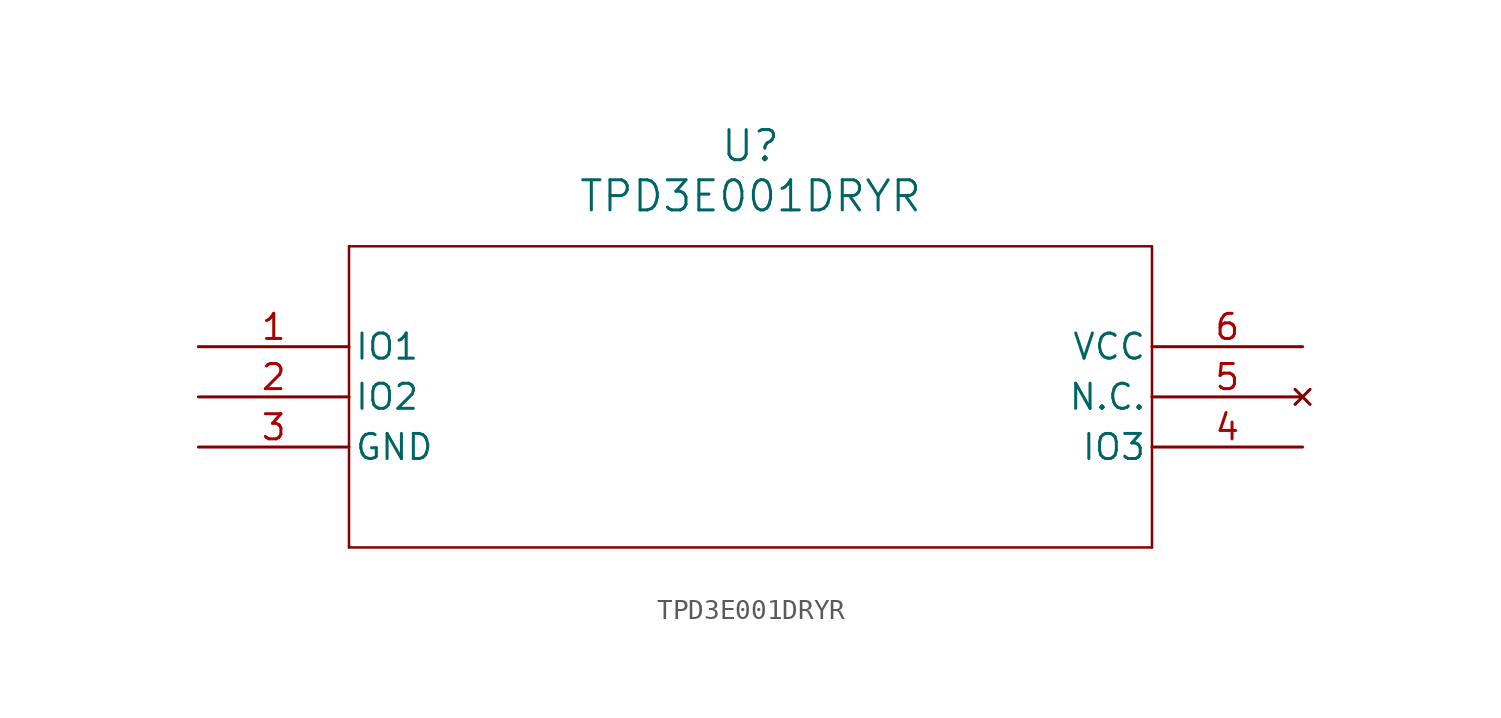
<source format=kicad_sym>
(kicad_symbol_lib
  (version 20211014)
  (generator kicad_symbol_editor)
  (symbol "TPD3E001DRYR"
    (pin_names
      (offset 0.254))
    (property "Reference" "U"
      (at 27.94 10.16 0)
      (effects (font (size 1.524 1.524))))
    (property "Value" "TPD3E001DRYR"
      (at 27.94 7.62 0)
      (effects (font (size 1.524 1.524))))
    (symbol "TPD3E001DRYR_0_1"
      (polyline (pts (xy 7.62 5.08) (xy 7.62 -10.16)) (stroke (width 0.127) (type default) (color 0 0 0 0)) (fill (type none)))
      (polyline (pts (xy 7.62 -10.16) (xy 48.26 -10.16)) (stroke (width 0.127) (type default) (color 0 0 0 0)) (fill (type none)))
      (polyline (pts (xy 48.26 -10.16) (xy 48.26 5.08)) (stroke (width 0.127) (type default) (color 0 0 0 0)) (fill (type none)))
      (polyline (pts (xy 48.26 5.08) (xy 7.62 5.08)) (stroke (width 0.127) (type default) (color 0 0 0 0)) (fill (type none)))
      (pin unspecified line (at 0 0 0) (length 7.62) (name "IO1" (effects (font (size 1.27 1.27)))) (number "1" (effects (font (size 1.27 1.27)))))
      (pin unspecified line (at 0 -2.54 0) (length 7.62) (name "IO2" (effects (font (size 1.27 1.27)))) (number "2" (effects (font (size 1.27 1.27)))))
      (pin power_in line (at 0 -5.08 0) (length 7.62) (name "GND" (effects (font (size 1.27 1.27)))) (number "3" (effects (font (size 1.27 1.27)))))
      (pin unspecified line (at 55.88 -5.08 180) (length 7.62) (name "IO3" (effects (font (size 1.27 1.27)))) (number "4" (effects (font (size 1.27 1.27)))))
      (pin no_connect line (at 55.88 -2.54 180) (length 7.62) (name "N.C." (effects (font (size 1.27 1.27)))) (number "5" (effects (font (size 1.27 1.27)))))
      (pin power_in line (at 55.88 0 180) (length 7.62) (name "VCC" (effects (font (size 1.27 1.27)))) (number "6" (effects (font (size 1.27 1.27))))))))
</source>
